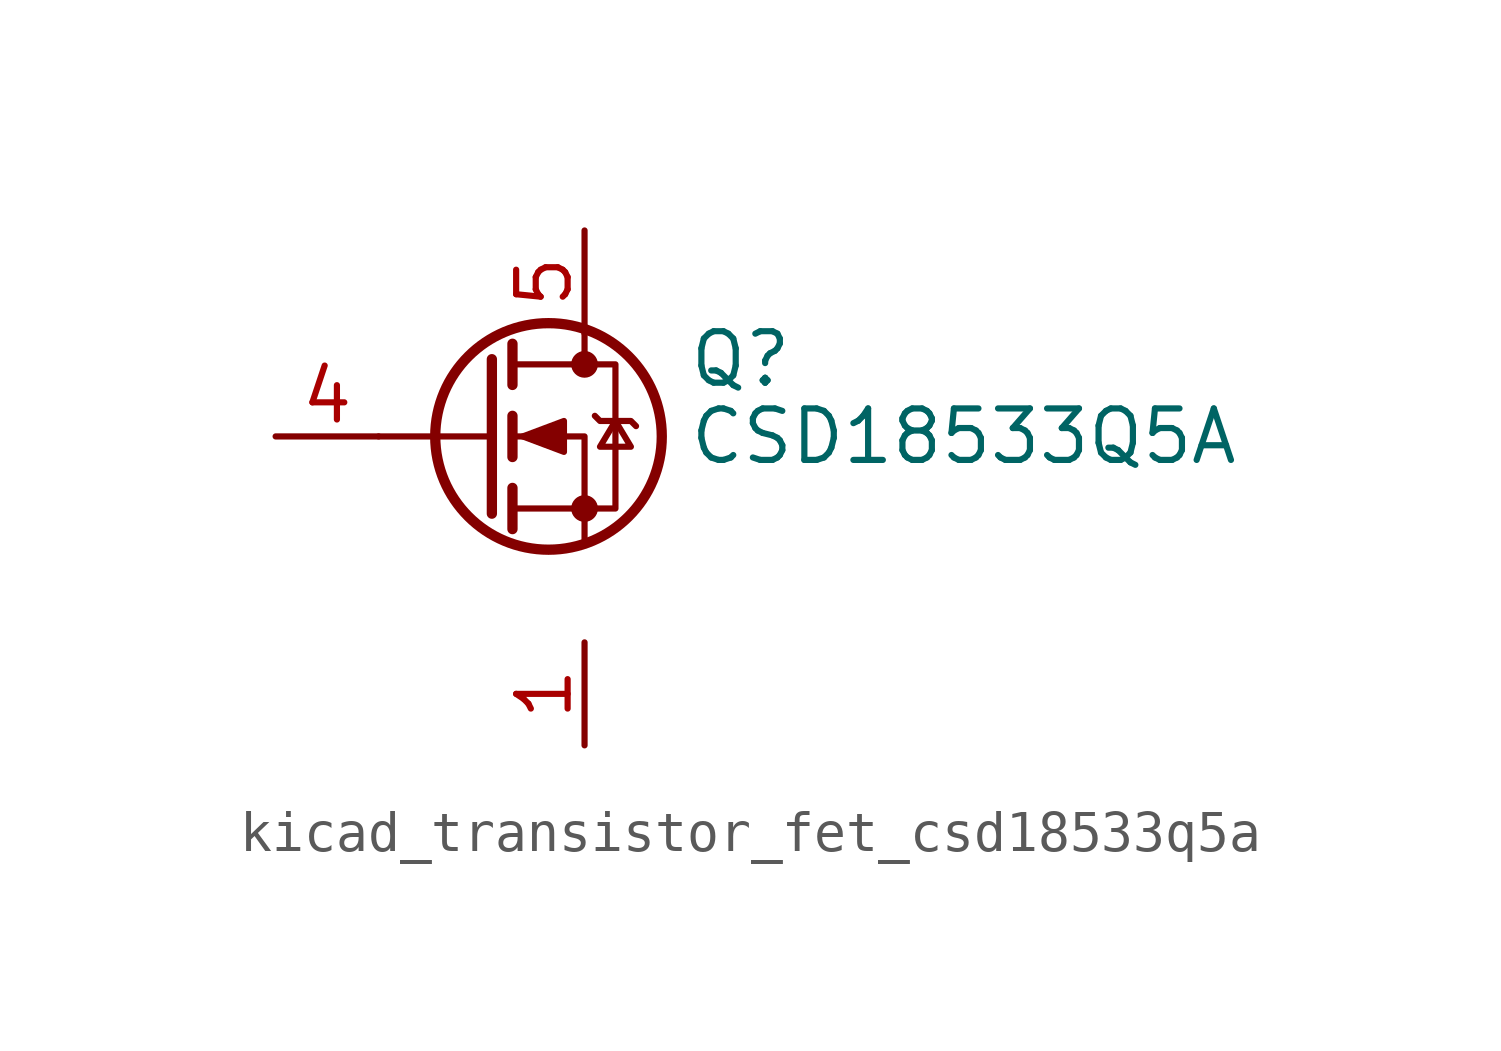
<source format=kicad_sym>
(kicad_symbol_lib
  (version 20220914)
  (generator kicad_symbol_editor)
  (symbol "kicad_transistor_fet_csd18533q5a"
    (pin_names hide)
    (property "Reference" "Q"
      (at 5.08 1.905 0)
      (effects (font (size 1.27 1.27)) (justify left)))
    (property "Value" "CSD18533Q5A"
      (at 5.08 0 0)
      (effects (font (size 1.27 1.27)) (justify left)))
    (symbol "kicad_transistor_fet_csd18533q5a_0_1"
      (polyline (pts (xy 0.254 0) (xy -2.54 0)) (stroke (width 0) (type default)) (fill (type none)))
      (polyline (pts (xy 0.254 1.905) (xy 0.254 -1.905)) (stroke (width 0.254) (type default)) (fill (type none)))
      (polyline (pts (xy 0.762 -1.27) (xy 0.762 -2.286)) (stroke (width 0.254) (type default)) (fill (type none)))
      (polyline (pts (xy 0.762 0.508) (xy 0.762 -0.508)) (stroke (width 0.254) (type default)) (fill (type none)))
      (polyline (pts (xy 0.762 2.286) (xy 0.762 1.27)) (stroke (width 0.254) (type default)) (fill (type none)))
      (polyline (pts (xy 2.54 2.54) (xy 2.54 1.778)) (stroke (width 0) (type default)) (fill (type none)))
      (polyline (pts (xy 2.54 -2.54) (xy 2.54 0) (xy 0.762 0)) (stroke (width 0) (type default)) (fill (type none)))
      (polyline (pts (xy 0.762 -1.778) (xy 3.302 -1.778) (xy 3.302 1.778) (xy 0.762 1.778)) (stroke (width 0) (type default)) (fill (type none)))
      (polyline (pts (xy 1.016 0) (xy 2.032 0.381) (xy 2.032 -0.381) (xy 1.016 0)) (stroke (width 0) (type default)) (fill (type outline)))
      (polyline (pts (xy 2.794 0.508) (xy 2.921 0.381) (xy 3.683 0.381) (xy 3.81 0.254)) (stroke (width 0) (type default)) (fill (type none)))
      (polyline (pts (xy 3.302 0.381) (xy 2.921 -0.254) (xy 3.683 -0.254) (xy 3.302 0.381)) (stroke (width 0) (type default)) (fill (type none)))
      (circle (center 1.651 0) (radius 2.794) (stroke (width 0.254) (type default)) (fill (type none)))
      (circle (center 2.54 -1.778) (radius 0.254) (stroke (width 0) (type default)) (fill (type outline)))
      (circle (center 2.54 1.778) (radius 0.254) (stroke (width 0) (type default)) (fill (type outline))))
    (symbol "kicad_transistor_fet_csd18533q5a_1_1"
      (pin passive line (at 2.54 -5.08 270) (length 2.54) (name "S" (effects (font (size 1.27 1.27)))) (number "1" (effects (font (size 1.27 1.27)))))
      (pin passive line (at 2.54 -5.08 270) (length 2.54) hide (name "S" (effects (font (size 1.27 1.27)))) (number "2" (effects (font (size 1.27 1.27)))))
      (pin passive line (at 2.54 -5.08 90) (length 2.54) hide (name "S" (effects (font (size 1.27 1.27)))) (number "3" (effects (font (size 1.27 1.27)))))
      (pin passive line (at -5.08 0 0) (length 2.54) (name "G" (effects (font (size 1.27 1.27)))) (number "4" (effects (font (size 1.27 1.27)))))
      (pin passive line (at 2.54 5.08 270) (length 2.54) (name "D" (effects (font (size 1.27 1.27)))) (number "5" (effects (font (size 1.27 1.27))))))))
</source>
